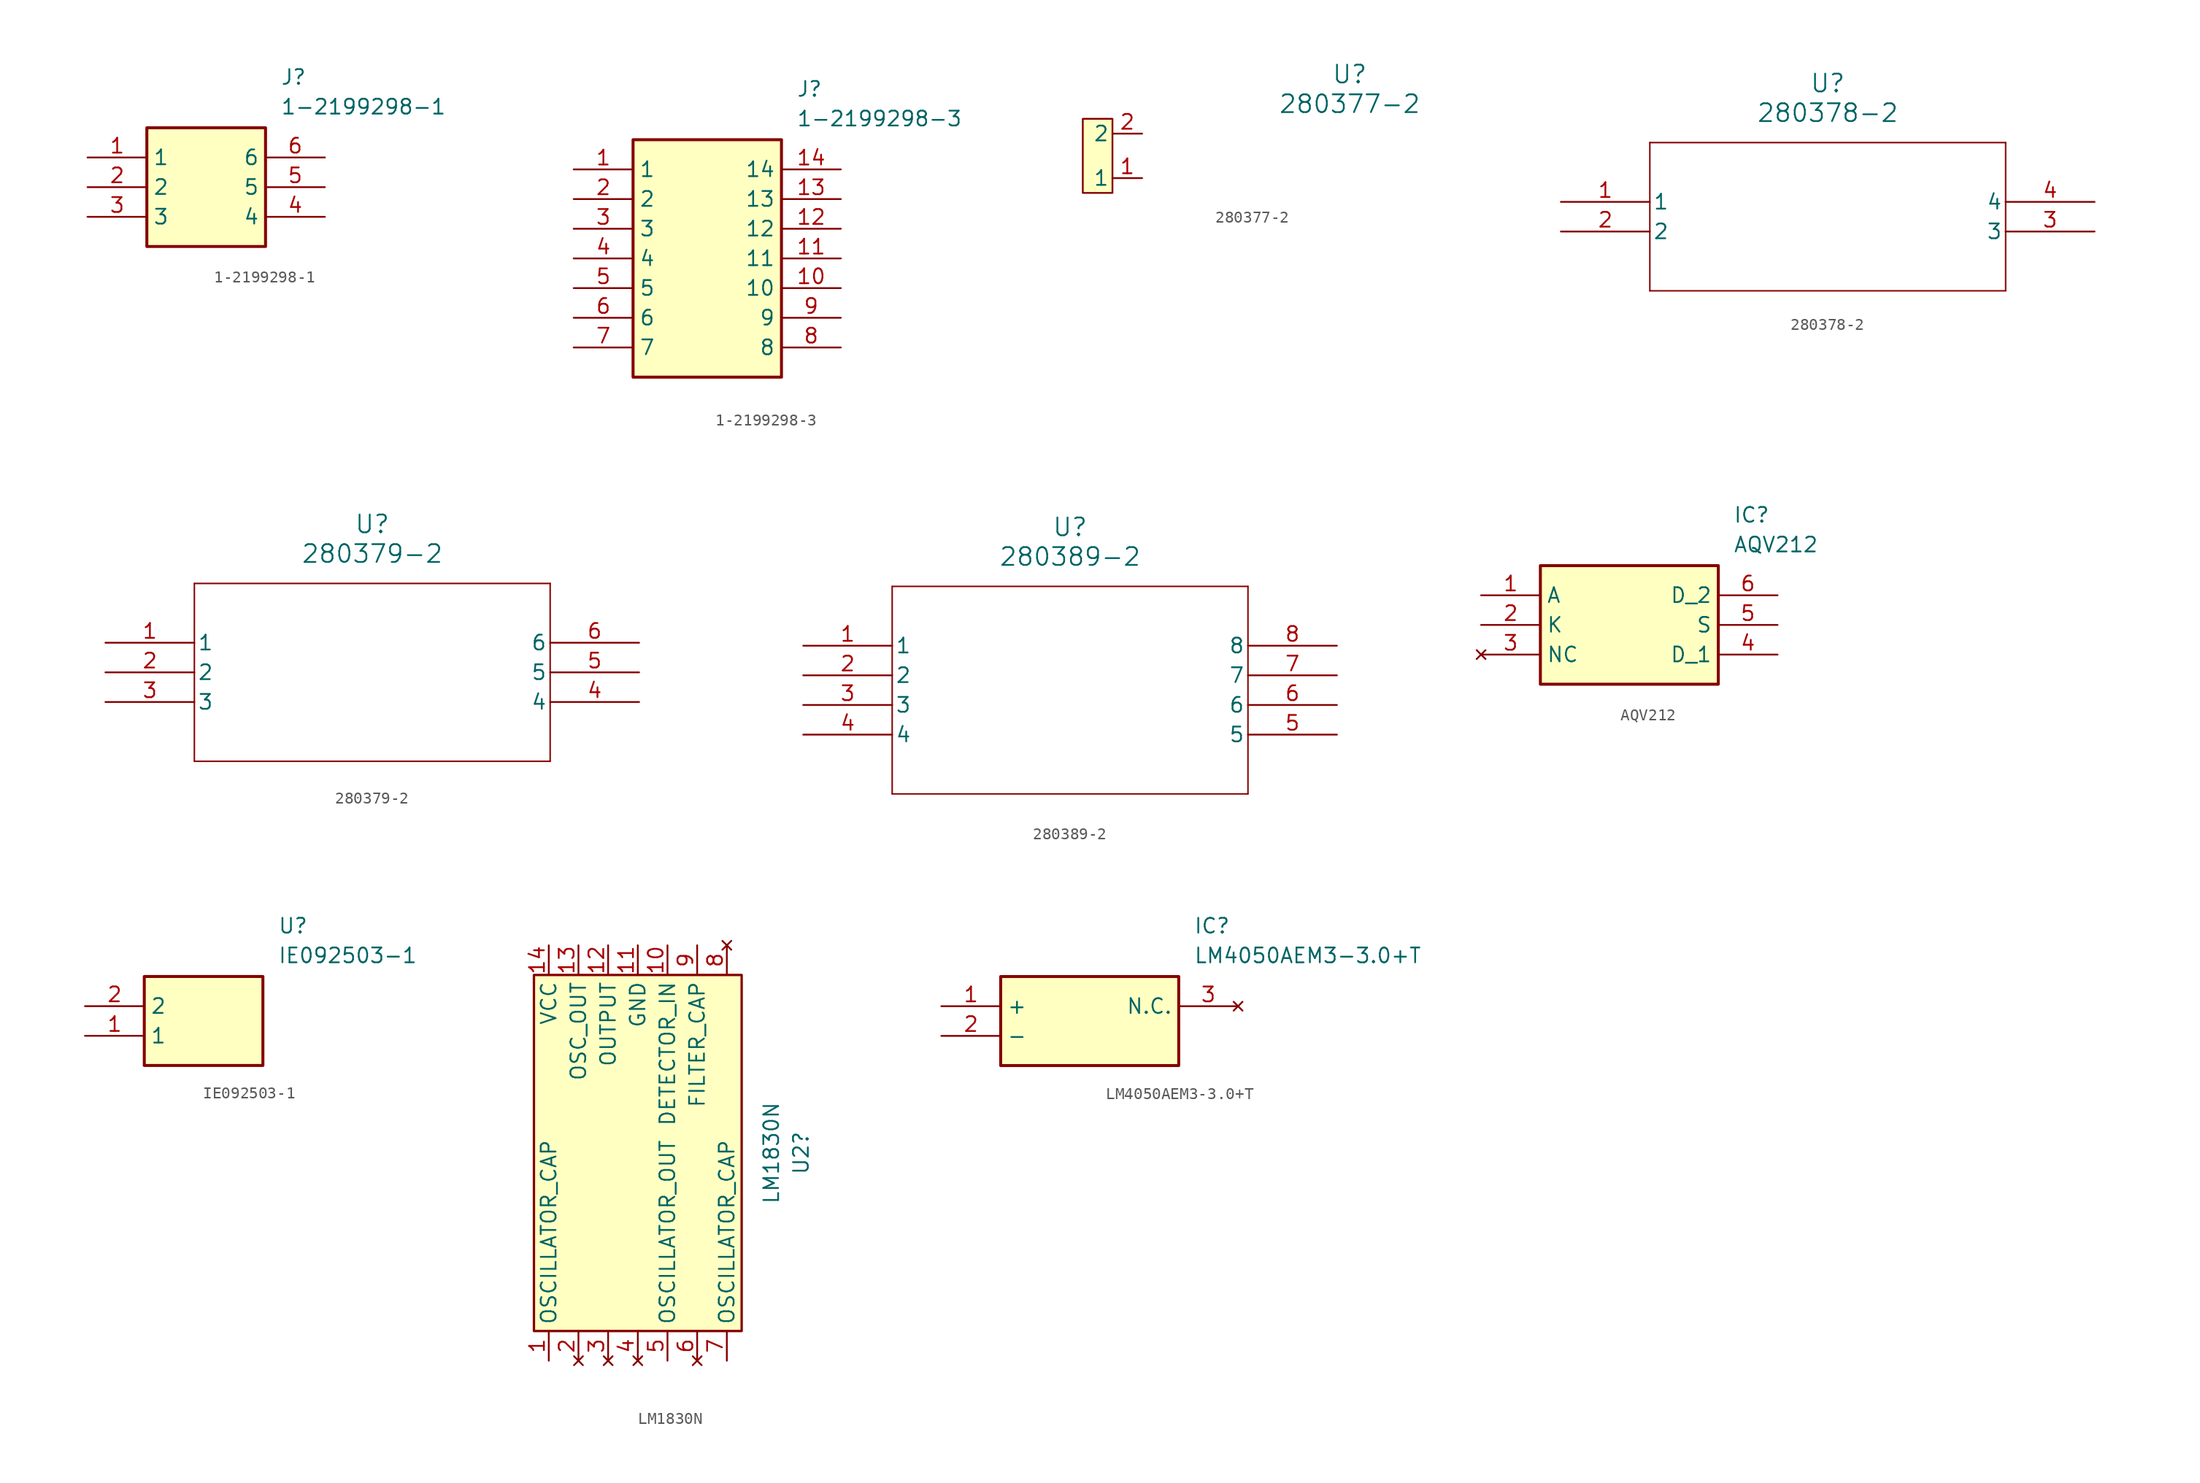
<source format=kicad_sym>
(kicad_symbol_lib
  (version 20241209)
  (generator "kicad_symbol_editor")
  (generator_version "9.0")
  (symbol "1-2199298-1"
    (property "Reference" "J"
      (at 16.51 7.62 0)
      (effects (font (size 1.27 1.27)) (justify left top)))
    (property "Value" "1-2199298-1"
      (at 16.51 5.08 0)
      (effects (font (size 1.27 1.27)) (justify left top)))
    (symbol "1-2199298-1_1_1"
      (rectangle (start 5.08 2.54) (end 15.24 -7.62) (stroke (width 0.254) (type default)) (fill (type background)))
      (pin passive line (at 0 0 0) (length 5.08) (name "1" (effects (font (size 1.27 1.27)))) (number "1" (effects (font (size 1.27 1.27)))))
      (pin passive line (at 0 -2.54 0) (length 5.08) (name "2" (effects (font (size 1.27 1.27)))) (number "2" (effects (font (size 1.27 1.27)))))
      (pin passive line (at 0 -5.08 0) (length 5.08) (name "3" (effects (font (size 1.27 1.27)))) (number "3" (effects (font (size 1.27 1.27)))))
      (pin passive line (at 20.32 0 180) (length 5.08) (name "6" (effects (font (size 1.27 1.27)))) (number "6" (effects (font (size 1.27 1.27)))))
      (pin passive line (at 20.32 -2.54 180) (length 5.08) (name "5" (effects (font (size 1.27 1.27)))) (number "5" (effects (font (size 1.27 1.27)))))
      (pin passive line (at 20.32 -5.08 180) (length 5.08) (name "4" (effects (font (size 1.27 1.27)))) (number "4" (effects (font (size 1.27 1.27)))))))
  (symbol "1-2199298-3"
    (property "Reference" "J"
      (at 19.05 7.62 0)
      (effects (font (size 1.27 1.27)) (justify left top)))
    (property "Value" "1-2199298-3"
      (at 19.05 5.08 0)
      (effects (font (size 1.27 1.27)) (justify left top)))
    (symbol "1-2199298-3_1_1"
      (rectangle (start 5.08 2.54) (end 17.78 -17.78) (stroke (width 0.254) (type default)) (fill (type background)))
      (pin passive line (at 0 0 0) (length 5.08) (name "1" (effects (font (size 1.27 1.27)))) (number "1" (effects (font (size 1.27 1.27)))))
      (pin passive line (at 0 -2.54 0) (length 5.08) (name "2" (effects (font (size 1.27 1.27)))) (number "2" (effects (font (size 1.27 1.27)))))
      (pin passive line (at 0 -5.08 0) (length 5.08) (name "3" (effects (font (size 1.27 1.27)))) (number "3" (effects (font (size 1.27 1.27)))))
      (pin passive line (at 0 -7.62 0) (length 5.08) (name "4" (effects (font (size 1.27 1.27)))) (number "4" (effects (font (size 1.27 1.27)))))
      (pin passive line (at 0 -10.16 0) (length 5.08) (name "5" (effects (font (size 1.27 1.27)))) (number "5" (effects (font (size 1.27 1.27)))))
      (pin passive line (at 0 -12.7 0) (length 5.08) (name "6" (effects (font (size 1.27 1.27)))) (number "6" (effects (font (size 1.27 1.27)))))
      (pin passive line (at 0 -15.24 0) (length 5.08) (name "7" (effects (font (size 1.27 1.27)))) (number "7" (effects (font (size 1.27 1.27)))))
      (pin passive line (at 22.86 0 180) (length 5.08) (name "14" (effects (font (size 1.27 1.27)))) (number "14" (effects (font (size 1.27 1.27)))))
      (pin passive line (at 22.86 -2.54 180) (length 5.08) (name "13" (effects (font (size 1.27 1.27)))) (number "13" (effects (font (size 1.27 1.27)))))
      (pin passive line (at 22.86 -5.08 180) (length 5.08) (name "12" (effects (font (size 1.27 1.27)))) (number "12" (effects (font (size 1.27 1.27)))))
      (pin passive line (at 22.86 -7.62 180) (length 5.08) (name "11" (effects (font (size 1.27 1.27)))) (number "11" (effects (font (size 1.27 1.27)))))
      (pin passive line (at 22.86 -10.16 180) (length 5.08) (name "10" (effects (font (size 1.27 1.27)))) (number "10" (effects (font (size 1.27 1.27)))))
      (pin passive line (at 22.86 -12.7 180) (length 5.08) (name "9" (effects (font (size 1.27 1.27)))) (number "9" (effects (font (size 1.27 1.27)))))
      (pin passive line (at 22.86 -15.24 180) (length 5.08) (name "8" (effects (font (size 1.27 1.27)))) (number "8" (effects (font (size 1.27 1.27)))))))
  (symbol "280377-2"
    (pin_names
      (offset 0.254))
    (property "Reference" "U"
      (at 22.86 10.16 0)
      (effects (font (size 1.524 1.524))))
    (property "Value" "280377-2"
      (at 22.86 7.62 0)
      (effects (font (size 1.524 1.524))))
    (property "ki_locked" ""
      (at 0 0 0)
      (effects (font (size 1.27 1.27))))
    (symbol "280377-2_1_1"
      (rectangle (start 0 6.35) (end 2.54 0) (stroke (width 0) (type solid)) (fill (type background)))
      (pin unspecified line (at 5.08 5.08 180) (length 2.54) (name "2" (effects (font (size 1.27 1.27)))) (number "2" (effects (font (size 1.27 1.27)))))
      (pin unspecified line (at 5.08 1.27 180) (length 2.54) (name "1" (effects (font (size 1.27 1.27)))) (number "1" (effects (font (size 1.27 1.27)))))))
  (symbol "280378-2"
    (pin_names
      (offset 0.254))
    (property "Reference" "U"
      (at 22.86 10.16 0)
      (effects (font (size 1.524 1.524))))
    (property "Value" "280378-2"
      (at 22.86 7.62 0)
      (effects (font (size 1.524 1.524))))
    (property "ki_locked" ""
      (at 0 0 0)
      (effects (font (size 1.27 1.27))))
    (symbol "280378-2_0_1"
      (polyline (pts (xy 7.62 5.08) (xy 7.62 -7.62)) (stroke (width 0.127) (type default)) (fill (type none)))
      (polyline (pts (xy 7.62 -7.62) (xy 38.1 -7.62)) (stroke (width 0.127) (type default)) (fill (type none)))
      (polyline (pts (xy 38.1 5.08) (xy 7.62 5.08)) (stroke (width 0.127) (type default)) (fill (type none)))
      (polyline (pts (xy 38.1 -7.62) (xy 38.1 5.08)) (stroke (width 0.127) (type default)) (fill (type none)))
      (pin unspecified line (at 0 0 0) (length 7.62) (name "1" (effects (font (size 1.27 1.27)))) (number "1" (effects (font (size 1.27 1.27)))))
      (pin unspecified line (at 0 -2.54 0) (length 7.62) (name "2" (effects (font (size 1.27 1.27)))) (number "2" (effects (font (size 1.27 1.27)))))
      (pin unspecified line (at 45.72 0 180) (length 7.62) (name "4" (effects (font (size 1.27 1.27)))) (number "4" (effects (font (size 1.27 1.27)))))
      (pin unspecified line (at 45.72 -2.54 180) (length 7.62) (name "3" (effects (font (size 1.27 1.27)))) (number "3" (effects (font (size 1.27 1.27)))))))
  (symbol "280379-2"
    (pin_names
      (offset 0.254))
    (property "Reference" "U"
      (at 22.86 10.16 0)
      (effects (font (size 1.524 1.524))))
    (property "Value" "280379-2"
      (at 22.86 7.62 0)
      (effects (font (size 1.524 1.524))))
    (property "ki_locked" ""
      (at 0 0 0)
      (effects (font (size 1.27 1.27))))
    (symbol "280379-2_0_1"
      (polyline (pts (xy 7.62 5.08) (xy 7.62 -10.16)) (stroke (width 0.127) (type default)) (fill (type none)))
      (polyline (pts (xy 7.62 -10.16) (xy 38.1 -10.16)) (stroke (width 0.127) (type default)) (fill (type none)))
      (polyline (pts (xy 38.1 5.08) (xy 7.62 5.08)) (stroke (width 0.127) (type default)) (fill (type none)))
      (polyline (pts (xy 38.1 -10.16) (xy 38.1 5.08)) (stroke (width 0.127) (type default)) (fill (type none)))
      (pin unspecified line (at 0 0 0) (length 7.62) (name "1" (effects (font (size 1.27 1.27)))) (number "1" (effects (font (size 1.27 1.27)))))
      (pin unspecified line (at 0 -2.54 0) (length 7.62) (name "2" (effects (font (size 1.27 1.27)))) (number "2" (effects (font (size 1.27 1.27)))))
      (pin unspecified line (at 0 -5.08 0) (length 7.62) (name "3" (effects (font (size 1.27 1.27)))) (number "3" (effects (font (size 1.27 1.27)))))
      (pin unspecified line (at 45.72 0 180) (length 7.62) (name "6" (effects (font (size 1.27 1.27)))) (number "6" (effects (font (size 1.27 1.27)))))
      (pin unspecified line (at 45.72 -2.54 180) (length 7.62) (name "5" (effects (font (size 1.27 1.27)))) (number "5" (effects (font (size 1.27 1.27)))))
      (pin unspecified line (at 45.72 -5.08 180) (length 7.62) (name "4" (effects (font (size 1.27 1.27)))) (number "4" (effects (font (size 1.27 1.27)))))))
  (symbol "280389-2"
    (pin_names
      (offset 0.254))
    (property "Reference" "U"
      (at 22.86 10.16 0)
      (effects (font (size 1.524 1.524))))
    (property "Value" "280389-2"
      (at 22.86 7.62 0)
      (effects (font (size 1.524 1.524))))
    (property "ki_locked" ""
      (at 0 0 0)
      (effects (font (size 1.27 1.27))))
    (symbol "280389-2_0_1"
      (polyline (pts (xy 7.62 5.08) (xy 7.62 -12.7)) (stroke (width 0.127) (type default)) (fill (type none)))
      (polyline (pts (xy 7.62 -12.7) (xy 38.1 -12.7)) (stroke (width 0.127) (type default)) (fill (type none)))
      (polyline (pts (xy 38.1 5.08) (xy 7.62 5.08)) (stroke (width 0.127) (type default)) (fill (type none)))
      (polyline (pts (xy 38.1 -12.7) (xy 38.1 5.08)) (stroke (width 0.127) (type default)) (fill (type none)))
      (pin unspecified line (at 0 0 0) (length 7.62) (name "1" (effects (font (size 1.27 1.27)))) (number "1" (effects (font (size 1.27 1.27)))))
      (pin unspecified line (at 0 -2.54 0) (length 7.62) (name "2" (effects (font (size 1.27 1.27)))) (number "2" (effects (font (size 1.27 1.27)))))
      (pin unspecified line (at 0 -5.08 0) (length 7.62) (name "3" (effects (font (size 1.27 1.27)))) (number "3" (effects (font (size 1.27 1.27)))))
      (pin unspecified line (at 0 -7.62 0) (length 7.62) (name "4" (effects (font (size 1.27 1.27)))) (number "4" (effects (font (size 1.27 1.27)))))
      (pin unspecified line (at 45.72 0 180) (length 7.62) (name "8" (effects (font (size 1.27 1.27)))) (number "8" (effects (font (size 1.27 1.27)))))
      (pin unspecified line (at 45.72 -2.54 180) (length 7.62) (name "7" (effects (font (size 1.27 1.27)))) (number "7" (effects (font (size 1.27 1.27)))))
      (pin unspecified line (at 45.72 -5.08 180) (length 7.62) (name "6" (effects (font (size 1.27 1.27)))) (number "6" (effects (font (size 1.27 1.27)))))
      (pin unspecified line (at 45.72 -7.62 180) (length 7.62) (name "5" (effects (font (size 1.27 1.27)))) (number "5" (effects (font (size 1.27 1.27)))))))
  (symbol "AQV212"
    (property "Reference" "IC"
      (at 21.59 7.62 0)
      (effects (font (size 1.27 1.27)) (justify left top)))
    (property "Value" "AQV212"
      (at 21.59 5.08 0)
      (effects (font (size 1.27 1.27)) (justify left top)))
    (symbol "AQV212_1_1"
      (rectangle (start 5.08 2.54) (end 20.32 -7.62) (stroke (width 0.254) (type default)) (fill (type background)))
      (pin passive line (at 0 0 0) (length 5.08) (name "A" (effects (font (size 1.27 1.27)))) (number "1" (effects (font (size 1.27 1.27)))))
      (pin passive line (at 0 -2.54 0) (length 5.08) (name "K" (effects (font (size 1.27 1.27)))) (number "2" (effects (font (size 1.27 1.27)))))
      (pin no_connect line (at 0 -5.08 0) (length 5.08) (name "NC" (effects (font (size 1.27 1.27)))) (number "3" (effects (font (size 1.27 1.27)))))
      (pin passive line (at 25.4 0 180) (length 5.08) (name "D_2" (effects (font (size 1.27 1.27)))) (number "6" (effects (font (size 1.27 1.27)))))
      (pin passive line (at 25.4 -2.54 180) (length 5.08) (name "S" (effects (font (size 1.27 1.27)))) (number "5" (effects (font (size 1.27 1.27)))))
      (pin passive line (at 25.4 -5.08 180) (length 5.08) (name "D_1" (effects (font (size 1.27 1.27)))) (number "4" (effects (font (size 1.27 1.27)))))))
  (symbol "IE092503-1"
    (property "Reference" "U"
      (at 16.51 7.62 0)
      (effects (font (size 1.27 1.27)) (justify left top)))
    (property "Value" "IE092503-1"
      (at 16.51 5.08 0)
      (effects (font (size 1.27 1.27)) (justify left top)))
    (symbol "IE092503-1_1_1"
      (rectangle (start 5.08 2.54) (end 15.24 -5.08) (stroke (width 0.254) (type default)) (fill (type background)))
      (pin passive line (at 0 0 0) (length 5.08) (name "2" (effects (font (size 1.27 1.27)))) (number "2" (effects (font (size 1.27 1.27)))))
      (pin passive line (at 0 -2.54 0) (length 5.08) (name "1" (effects (font (size 1.27 1.27)))) (number "1" (effects (font (size 1.27 1.27)))))))
  (symbol "LM1830N"
    (property "Reference" "U2"
      (at 24.13 -16.51 90)
      (effects (font (size 1.27 1.27))))
    (property "Value" "LM1830N"
      (at 21.59 -16.51 90)
      (effects (font (size 1.27 1.27))))
    (symbol "LM1830N_1_1"
      (rectangle (start 1.27 -1.27) (end 19.05 -31.75) (stroke (width 0.203) (type solid)) (fill (type background)))
      (pin input line (at 2.54 1.27 270) (length 2.54) (name "VCC" (effects (font (size 1.27 1.27)))) (number "14" (effects (font (size 1.27 1.27)))))
      (pin bidirectional line (at 2.54 -34.29 90) (length 2.54) (name "OSCILLATOR_CAP" (effects (font (size 1.27 1.27)))) (number "1" (effects (font (size 1.27 1.27)))))
      (pin output line (at 5.08 1.27 270) (length 2.54) (name "OSC_OUT" (effects (font (size 1.27 1.27)))) (number "13" (effects (font (size 1.27 1.27)))))
      (pin no_connect line (at 5.08 -34.29 90) (length 2.54) (name "" (effects (font (size 1.27 1.27)))) (number "2" (effects (font (size 1.27 1.27)))))
      (pin output line (at 7.62 1.27 270) (length 2.54) (name "OUTPUT" (effects (font (size 1.27 1.27)))) (number "12" (effects (font (size 1.27 1.27)))))
      (pin no_connect line (at 7.62 -34.29 90) (length 2.54) (name "" (effects (font (size 1.27 1.27)))) (number "3" (effects (font (size 1.27 1.27)))))
      (pin input line (at 10.16 1.27 270) (length 2.54) (name "GND" (effects (font (size 1.27 1.27)))) (number "11" (effects (font (size 1.27 1.27)))))
      (pin no_connect line (at 10.16 -34.29 90) (length 2.54) (name "" (effects (font (size 1.27 1.27)))) (number "4" (effects (font (size 1.27 1.27)))))
      (pin input line (at 12.7 1.27 270) (length 2.54) (name "DETECTOR_IN" (effects (font (size 1.27 1.27)))) (number "10" (effects (font (size 1.27 1.27)))))
      (pin output line (at 12.7 -34.29 90) (length 2.54) (name "OSCILLATOR_OUT" (effects (font (size 1.27 1.27)))) (number "5" (effects (font (size 1.27 1.27)))))
      (pin bidirectional line (at 15.24 1.27 270) (length 2.54) (name "FILTER_CAP" (effects (font (size 1.27 1.27)))) (number "9" (effects (font (size 1.27 1.27)))))
      (pin no_connect line (at 15.24 -34.29 90) (length 2.54) (name "" (effects (font (size 1.27 1.27)))) (number "6" (effects (font (size 1.27 1.27)))))
      (pin no_connect line (at 17.78 1.27 270) (length 2.54) (name "" (effects (font (size 1.27 1.27)))) (number "8" (effects (font (size 1.27 1.27)))))
      (pin bidirectional line (at 17.78 -34.29 90) (length 2.54) (name "OSCILLATOR_CAP" (effects (font (size 1.27 1.27)))) (number "7" (effects (font (size 1.27 1.27)))))))
  (symbol "LM4050AEM3-3.0+T"
    (property "Reference" "IC"
      (at 21.59 7.62 0)
      (effects (font (size 1.27 1.27)) (justify left top)))
    (property "Value" "LM4050AEM3-3.0+T"
      (at 21.59 5.08 0)
      (effects (font (size 1.27 1.27)) (justify left top)))
    (symbol "LM4050AEM3-3.0+T_1_1"
      (rectangle (start 5.08 2.54) (end 20.32 -5.08) (stroke (width 0.254) (type default)) (fill (type background)))
      (pin passive line (at 0 0 0) (length 5.08) (name "+" (effects (font (size 1.27 1.27)))) (number "1" (effects (font (size 1.27 1.27)))))
      (pin passive line (at 0 -2.54 0) (length 5.08) (name "-" (effects (font (size 1.27 1.27)))) (number "2" (effects (font (size 1.27 1.27)))))
      (pin no_connect line (at 25.4 0 180) (length 5.08) (name "N.C." (effects (font (size 1.27 1.27)))) (number "3" (effects (font (size 1.27 1.27))))))))
</source>
